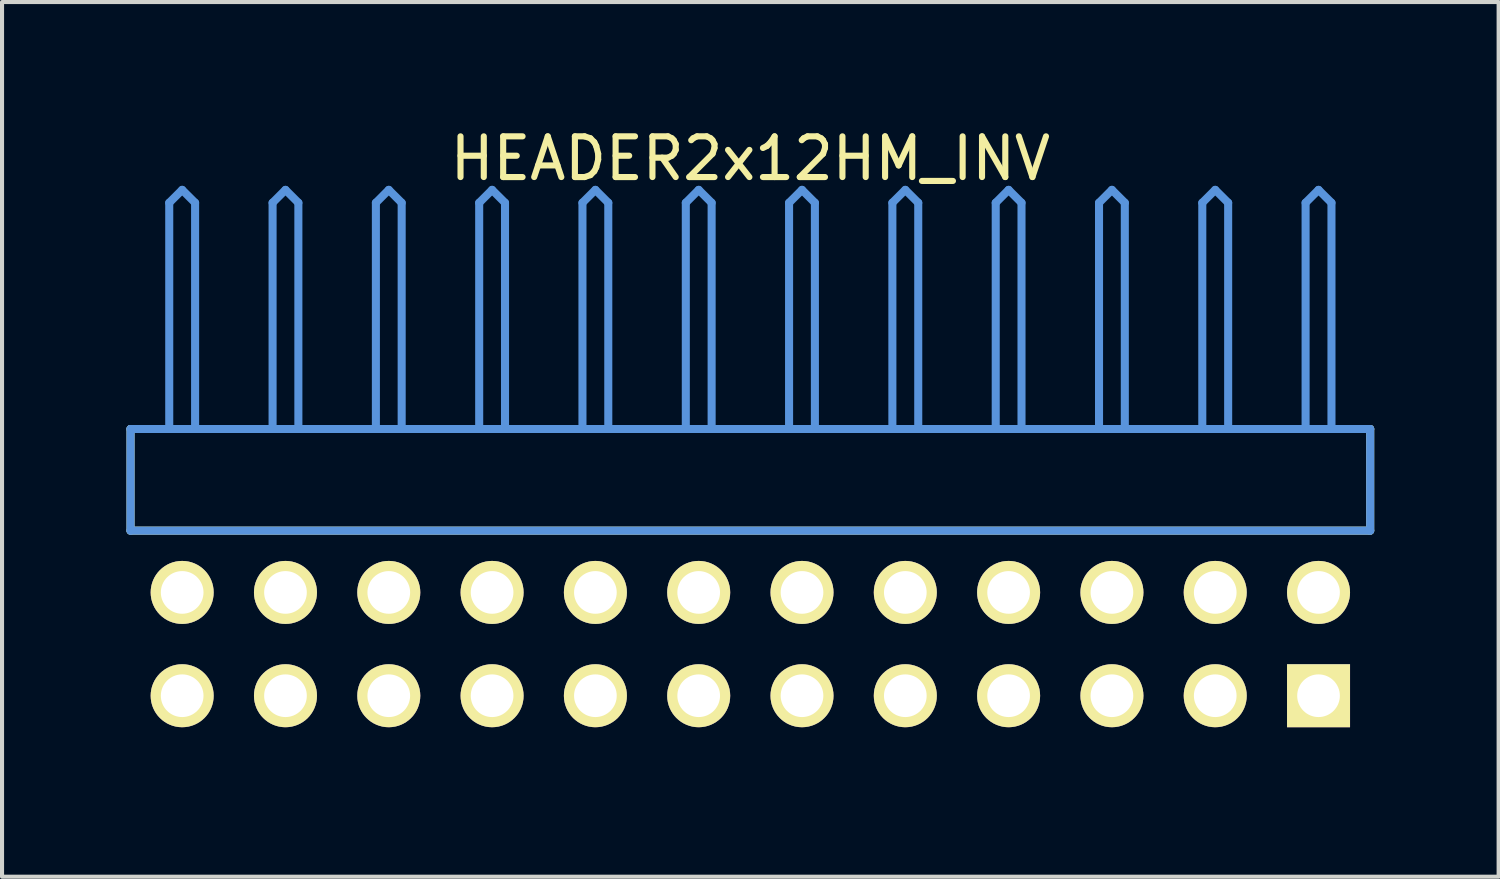
<source format=kicad_pcb>
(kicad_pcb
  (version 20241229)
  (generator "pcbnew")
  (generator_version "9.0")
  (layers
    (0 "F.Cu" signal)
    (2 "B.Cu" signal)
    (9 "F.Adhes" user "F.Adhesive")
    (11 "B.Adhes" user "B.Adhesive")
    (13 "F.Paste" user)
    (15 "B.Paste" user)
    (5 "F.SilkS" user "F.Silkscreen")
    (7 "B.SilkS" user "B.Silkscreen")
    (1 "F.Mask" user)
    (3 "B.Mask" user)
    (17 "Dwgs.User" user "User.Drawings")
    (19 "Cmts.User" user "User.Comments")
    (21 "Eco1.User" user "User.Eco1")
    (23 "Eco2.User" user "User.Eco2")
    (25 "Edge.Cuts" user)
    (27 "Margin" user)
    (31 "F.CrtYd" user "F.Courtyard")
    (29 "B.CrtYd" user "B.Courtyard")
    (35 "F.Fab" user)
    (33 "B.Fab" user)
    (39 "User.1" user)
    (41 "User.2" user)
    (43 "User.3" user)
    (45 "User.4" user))
  (footprint "HEADER2x12HM_INV"
    (layer "F.Cu")
    (at 1.429 14.056)
    (property "Reference" "HEADER2x12HM_INV" (at 13.97 -13.208 0) (layer "F.SilkS") (effects (font (size 1.001 1.001) (thickness 0.15))))
    (attr through_hole)
    (fp_line (start -1.27 -6.558) (end -1.27 -4.059) (stroke (width 0.198) (type solid)) (layer "F.SilkS"))
    (fp_line (start -1.27 -4.059) (end 29.21 -4.059) (stroke (width 0.198) (type solid)) (layer "F.SilkS"))
    (fp_line (start 29.21 -6.558) (end -1.27 -6.558) (stroke (width 0.198) (type solid)) (layer "F.SilkS"))
    (fp_line (start 29.21 -4.059) (end 29.21 -6.558) (stroke (width 0.198) (type solid)) (layer "F.SilkS"))
    (fp_line (start -1.27 -6.558) (end -1.27 -4.059) (stroke (width 0.198) (type solid)) (layer "Cmts.User"))
    (fp_line (start -1.27 -4.059) (end 29.21 -4.059) (stroke (width 0.198) (type solid)) (layer "Cmts.User"))
    (fp_line (start -0.318 -12.121) (end 0 -12.438) (stroke (width 0.198) (type solid)) (layer "Cmts.User"))
    (fp_line (start -0.318 -6.599) (end -0.318 -12.121) (stroke (width 0.198) (type solid)) (layer "Cmts.User"))
    (fp_line (start 0.318 -12.121) (end 0 -12.438) (stroke (width 0.198) (type solid)) (layer "Cmts.User"))
    (fp_line (start 0.318 -6.599) (end 0.318 -12.121) (stroke (width 0.198) (type solid)) (layer "Cmts.User"))
    (fp_line (start 2.223 -12.121) (end 2.54 -12.438) (stroke (width 0.198) (type solid)) (layer "Cmts.User"))
    (fp_line (start 2.223 -6.599) (end 2.223 -12.121) (stroke (width 0.198) (type solid)) (layer "Cmts.User"))
    (fp_line (start 2.857 -12.121) (end 2.54 -12.438) (stroke (width 0.198) (type solid)) (layer "Cmts.User"))
    (fp_line (start 2.857 -6.599) (end 2.857 -12.121) (stroke (width 0.198) (type solid)) (layer "Cmts.User"))
    (fp_line (start 4.763 -12.121) (end 5.08 -12.438) (stroke (width 0.198) (type solid)) (layer "Cmts.User"))
    (fp_line (start 4.763 -6.599) (end 4.763 -12.121) (stroke (width 0.198) (type solid)) (layer "Cmts.User"))
    (fp_line (start 5.397 -12.121) (end 5.08 -12.438) (stroke (width 0.198) (type solid)) (layer "Cmts.User"))
    (fp_line (start 5.397 -6.599) (end 5.397 -12.121) (stroke (width 0.198) (type solid)) (layer "Cmts.User"))
    (fp_line (start 7.303 -12.121) (end 7.62 -12.438) (stroke (width 0.198) (type solid)) (layer "Cmts.User"))
    (fp_line (start 7.303 -6.599) (end 7.303 -12.121) (stroke (width 0.198) (type solid)) (layer "Cmts.User"))
    (fp_line (start 7.938 -12.121) (end 7.62 -12.438) (stroke (width 0.198) (type solid)) (layer "Cmts.User"))
    (fp_line (start 7.938 -6.599) (end 7.938 -12.121) (stroke (width 0.198) (type solid)) (layer "Cmts.User"))
    (fp_line (start 9.842 -12.121) (end 10.16 -12.438) (stroke (width 0.198) (type solid)) (layer "Cmts.User"))
    (fp_line (start 9.842 -6.599) (end 9.842 -12.121) (stroke (width 0.198) (type solid)) (layer "Cmts.User"))
    (fp_line (start 10.477 -12.121) (end 10.16 -12.438) (stroke (width 0.198) (type solid)) (layer "Cmts.User"))
    (fp_line (start 10.477 -6.599) (end 10.477 -12.121) (stroke (width 0.198) (type solid)) (layer "Cmts.User"))
    (fp_line (start 12.383 -12.121) (end 12.7 -12.438) (stroke (width 0.198) (type solid)) (layer "Cmts.User"))
    (fp_line (start 12.383 -6.599) (end 12.383 -12.121) (stroke (width 0.198) (type solid)) (layer "Cmts.User"))
    (fp_line (start 13.018 -12.121) (end 12.7 -12.438) (stroke (width 0.198) (type solid)) (layer "Cmts.User"))
    (fp_line (start 13.018 -6.599) (end 13.018 -12.121) (stroke (width 0.198) (type solid)) (layer "Cmts.User"))
    (fp_line (start 14.922 -12.121) (end 15.24 -12.438) (stroke (width 0.198) (type solid)) (layer "Cmts.User"))
    (fp_line (start 14.922 -6.599) (end 14.922 -12.121) (stroke (width 0.198) (type solid)) (layer "Cmts.User"))
    (fp_line (start 15.557 -12.121) (end 15.24 -12.438) (stroke (width 0.198) (type solid)) (layer "Cmts.User"))
    (fp_line (start 15.557 -6.599) (end 15.557 -12.121) (stroke (width 0.198) (type solid)) (layer "Cmts.User"))
    (fp_line (start 17.462 -12.121) (end 17.78 -12.438) (stroke (width 0.198) (type solid)) (layer "Cmts.User"))
    (fp_line (start 17.462 -6.599) (end 17.462 -12.121) (stroke (width 0.198) (type solid)) (layer "Cmts.User"))
    (fp_line (start 18.098 -12.121) (end 17.78 -12.438) (stroke (width 0.198) (type solid)) (layer "Cmts.User"))
    (fp_line (start 18.098 -6.599) (end 18.098 -12.121) (stroke (width 0.198) (type solid)) (layer "Cmts.User"))
    (fp_line (start 20.003 -12.121) (end 20.32 -12.438) (stroke (width 0.198) (type solid)) (layer "Cmts.User"))
    (fp_line (start 20.003 -6.599) (end 20.003 -12.121) (stroke (width 0.198) (type solid)) (layer "Cmts.User"))
    (fp_line (start 20.637 -12.121) (end 20.32 -12.438) (stroke (width 0.198) (type solid)) (layer "Cmts.User"))
    (fp_line (start 20.637 -6.599) (end 20.637 -12.121) (stroke (width 0.198) (type solid)) (layer "Cmts.User"))
    (fp_line (start 22.543 -12.121) (end 22.86 -12.438) (stroke (width 0.198) (type solid)) (layer "Cmts.User"))
    (fp_line (start 22.543 -6.599) (end 22.543 -12.121) (stroke (width 0.198) (type solid)) (layer "Cmts.User"))
    (fp_line (start 23.177 -12.121) (end 22.86 -12.438) (stroke (width 0.198) (type solid)) (layer "Cmts.User"))
    (fp_line (start 23.177 -6.599) (end 23.177 -12.121) (stroke (width 0.198) (type solid)) (layer "Cmts.User"))
    (fp_line (start 25.082 -12.121) (end 25.4 -12.438) (stroke (width 0.198) (type solid)) (layer "Cmts.User"))
    (fp_line (start 25.082 -6.599) (end 25.082 -12.121) (stroke (width 0.198) (type solid)) (layer "Cmts.User"))
    (fp_line (start 25.718 -12.121) (end 25.4 -12.438) (stroke (width 0.198) (type solid)) (layer "Cmts.User"))
    (fp_line (start 25.718 -6.599) (end 25.718 -12.121) (stroke (width 0.198) (type solid)) (layer "Cmts.User"))
    (fp_line (start 27.622 -12.121) (end 27.94 -12.438) (stroke (width 0.198) (type solid)) (layer "Cmts.User"))
    (fp_line (start 27.622 -6.599) (end 27.622 -12.121) (stroke (width 0.198) (type solid)) (layer "Cmts.User"))
    (fp_line (start 28.258 -12.121) (end 27.94 -12.438) (stroke (width 0.198) (type solid)) (layer "Cmts.User"))
    (fp_line (start 28.258 -6.599) (end 28.258 -12.121) (stroke (width 0.198) (type solid)) (layer "Cmts.User"))
    (fp_line (start 29.21 -6.558) (end -1.27 -6.558) (stroke (width 0.198) (type solid)) (layer "Cmts.User"))
    (fp_line (start 29.21 -4.059) (end 29.21 -6.558) (stroke (width 0.198) (type solid)) (layer "Cmts.User"))
    (fp_line (start -1.379 -12.54) (end 29.319 -12.54) (stroke (width 0.099) (type solid)) (layer "Eco1.User"))
    (fp_line (start -1.379 1.4) (end -1.379 -12.54) (stroke (width 0.099) (type solid)) (layer "Eco1.User"))
    (fp_line (start 29.319 -12.54) (end 29.319 1.4) (stroke (width 0.099) (type solid)) (layer "Eco1.User"))
    (fp_line (start 29.319 1.4) (end -1.379 1.4) (stroke (width 0.099) (type solid)) (layer "Eco1.User"))
    (pad "1" thru_hole rect (at 27.94 0) (size 1.549 1.549) (drill 1.049) (layers "*.Cu" "*.Mask" "F.SilkS"))
    (pad "2" thru_hole circle (at 27.94 -2.54) (size 1.549 1.549) (drill 1.049) (layers "*.Cu" "*.Mask" "F.SilkS"))
    (pad "3" thru_hole circle (at 25.4 0) (size 1.549 1.549) (drill 1.049) (layers "*.Cu" "*.Mask" "F.SilkS"))
    (pad "4" thru_hole circle (at 25.4 -2.54) (size 1.549 1.549) (drill 1.049) (layers "*.Cu" "*.Mask" "F.SilkS"))
    (pad "5" thru_hole circle (at 22.86 0) (size 1.549 1.549) (drill 1.049) (layers "*.Cu" "*.Mask" "F.SilkS"))
    (pad "6" thru_hole circle (at 22.86 -2.54) (size 1.549 1.549) (drill 1.049) (layers "*.Cu" "*.Mask" "F.SilkS"))
    (pad "7" thru_hole circle (at 20.32 0) (size 1.549 1.549) (drill 1.049) (layers "*.Cu" "*.Mask" "F.SilkS"))
    (pad "8" thru_hole circle (at 20.32 -2.54) (size 1.549 1.549) (drill 1.049) (layers "*.Cu" "*.Mask" "F.SilkS"))
    (pad "9" thru_hole circle (at 17.78 0) (size 1.549 1.549) (drill 1.049) (layers "*.Cu" "*.Mask" "F.SilkS"))
    (pad "10" thru_hole circle (at 17.78 -2.54) (size 1.549 1.549) (drill 1.049) (layers "*.Cu" "*.Mask" "F.SilkS"))
    (pad "11" thru_hole circle (at 15.24 0) (size 1.549 1.549) (drill 1.049) (layers "*.Cu" "*.Mask" "F.SilkS"))
    (pad "12" thru_hole circle (at 15.24 -2.54) (size 1.549 1.549) (drill 1.049) (layers "*.Cu" "*.Mask" "F.SilkS"))
    (pad "13" thru_hole circle (at 12.7 0) (size 1.549 1.549) (drill 1.049) (layers "*.Cu" "*.Mask" "F.SilkS"))
    (pad "14" thru_hole circle (at 12.7 -2.54) (size 1.549 1.549) (drill 1.049) (layers "*.Cu" "*.Mask" "F.SilkS"))
    (pad "15" thru_hole circle (at 10.16 0) (size 1.549 1.549) (drill 1.049) (layers "*.Cu" "*.Mask" "F.SilkS"))
    (pad "16" thru_hole circle (at 10.16 -2.54) (size 1.549 1.549) (drill 1.049) (layers "*.Cu" "*.Mask" "F.SilkS"))
    (pad "17" thru_hole circle (at 7.62 0) (size 1.549 1.549) (drill 1.049) (layers "*.Cu" "*.Mask" "F.SilkS"))
    (pad "18" thru_hole circle (at 7.62 -2.54) (size 1.549 1.549) (drill 1.049) (layers "*.Cu" "*.Mask" "F.SilkS"))
    (pad "19" thru_hole circle (at 5.08 0) (size 1.549 1.549) (drill 1.049) (layers "*.Cu" "*.Mask" "F.SilkS"))
    (pad "20" thru_hole circle (at 5.08 -2.54) (size 1.549 1.549) (drill 1.049) (layers "*.Cu" "*.Mask" "F.SilkS"))
    (pad "21" thru_hole circle (at 2.54 0) (size 1.549 1.549) (drill 1.049) (layers "*.Cu" "*.Mask" "F.SilkS"))
    (pad "22" thru_hole circle (at 2.54 -2.54) (size 1.549 1.549) (drill 1.049) (layers "*.Cu" "*.Mask" "F.SilkS"))
    (pad "23" thru_hole circle (at 0 0) (size 1.549 1.549) (drill 1.049) (layers "*.Cu" "*.Mask" "F.SilkS"))
    (pad "24" thru_hole circle (at 0 -2.54) (size 1.549 1.549) (drill 1.049) (layers "*.Cu" "*.Mask" "F.SilkS")))
  (gr_rect
    (start -3 -3)
    (end 33.797 18.506)
    (stroke (width 0.1) (type default))
    (fill no)
    (layer "Edge.Cuts")))
</source>
